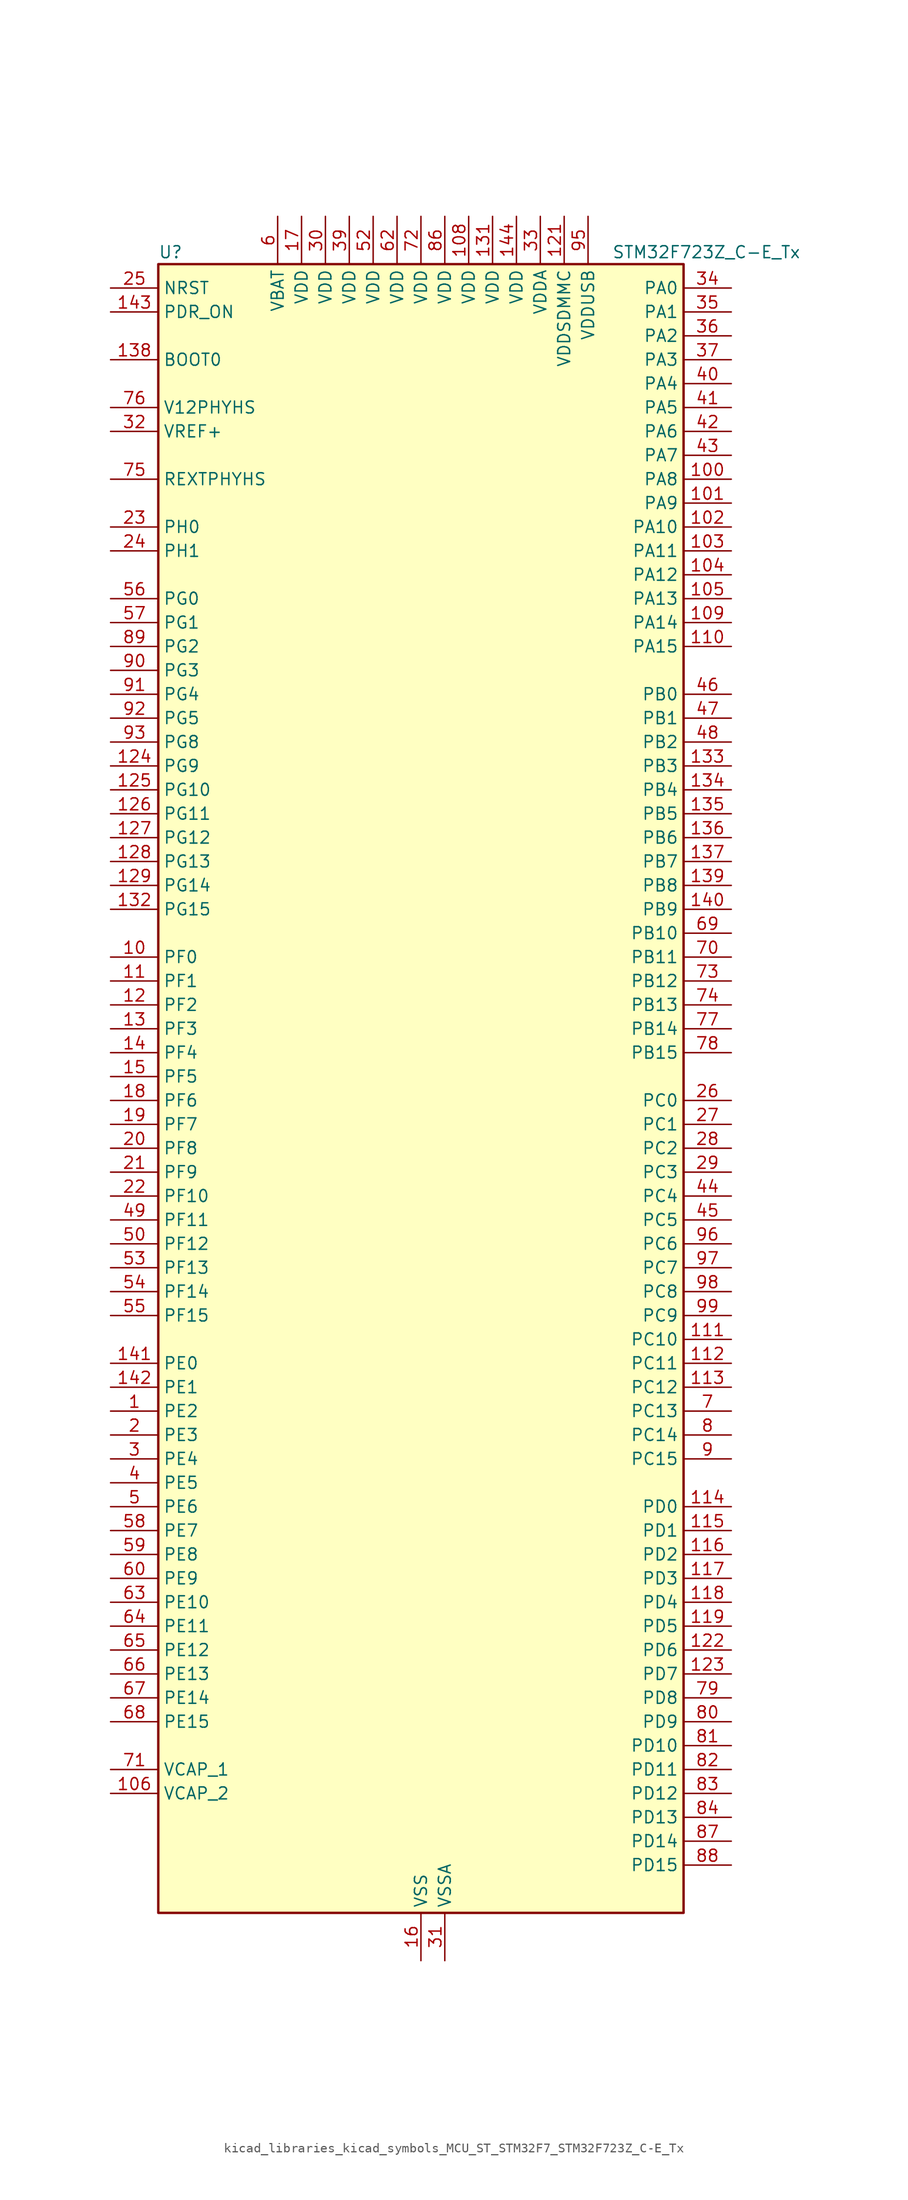
<source format=kicad_sym>
(kicad_symbol_lib
  (version 20220914)
  (generator kicad_symbol_editor)
  (symbol "kicad_libraries_kicad_symbols_MCU_ST_STM32F7_STM32F723Z_C-E_Tx"
    (property "Reference" "U"
      (at -27.94 90.17 0)
      (effects (font (size 1.27 1.27)) (justify left)))
    (property "Value" "STM32F723Z_C-E_Tx"
      (at 20.32 90.17 0)
      (effects (font (size 1.27 1.27)) (justify left)))
    (property "ki_locked" ""
      (at 0 0 0)
      (effects (font (size 1.27 1.27))))
    (symbol "kicad_libraries_kicad_symbols_MCU_ST_STM32F7_STM32F723Z_C-E_Tx_0_1"
      (rectangle (start -27.94 -86.36) (end 27.94 88.9) (stroke (width 0.254) (type default)) (fill (type background))))
    (symbol "kicad_libraries_kicad_symbols_MCU_ST_STM32F7_STM32F723Z_C-E_Tx_1_1"
      (pin bidirectional line (at -33.02 -33.02 0) (length 5.08) (name "PE2" (effects (font (size 1.27 1.27)))) (number "1" (effects (font (size 1.27 1.27)))) (alternate "FMC_A23" bidirectional line) (alternate "QUADSPI_BK1_IO2" bidirectional line) (alternate "SAI1_MCLK_A" bidirectional line) (alternate "SPI4_SCK" bidirectional line) (alternate "SYS_TRACECLK" bidirectional line))
      (pin bidirectional line (at -33.02 15.24 0) (length 5.08) (name "PF0" (effects (font (size 1.27 1.27)))) (number "10" (effects (font (size 1.27 1.27)))) (alternate "FMC_A0" bidirectional line) (alternate "I2C2_SDA" bidirectional line))
      (pin bidirectional line (at 33.02 66.04 180) (length 5.08) (name "PA8" (effects (font (size 1.27 1.27)))) (number "100" (effects (font (size 1.27 1.27)))) (alternate "I2C3_SCL" bidirectional line) (alternate "RCC_MCO_1" bidirectional line) (alternate "TIM1_CH1" bidirectional line) (alternate "TIM8_BKIN2" bidirectional line) (alternate "USART1_CK" bidirectional line) (alternate "USB_OTG_FS_SOF" bidirectional line))
      (pin bidirectional line (at 33.02 63.5 180) (length 5.08) (name "PA9" (effects (font (size 1.27 1.27)))) (number "101" (effects (font (size 1.27 1.27)))) (alternate "DAC_EXTI9" bidirectional line) (alternate "I2C3_SMBA" bidirectional line) (alternate "I2S2_CK" bidirectional line) (alternate "SPI2_SCK" bidirectional line) (alternate "TIM1_CH2" bidirectional line) (alternate "USART1_TX" bidirectional line) (alternate "USB_OTG_FS_VBUS" bidirectional line))
      (pin bidirectional line (at 33.02 60.96 180) (length 5.08) (name "PA10" (effects (font (size 1.27 1.27)))) (number "102" (effects (font (size 1.27 1.27)))) (alternate "TIM1_CH3" bidirectional line) (alternate "USART1_RX" bidirectional line) (alternate "USB_OTG_FS_ID" bidirectional line))
      (pin bidirectional line (at 33.02 58.42 180) (length 5.08) (name "PA11" (effects (font (size 1.27 1.27)))) (number "103" (effects (font (size 1.27 1.27)))) (alternate "ADC1_EXTI11" bidirectional line) (alternate "ADC2_EXTI11" bidirectional line) (alternate "ADC3_EXTI11" bidirectional line) (alternate "CAN1_RX" bidirectional line) (alternate "TIM1_CH4" bidirectional line) (alternate "USART1_CTS" bidirectional line) (alternate "USB_OTG_FS_DM" bidirectional line))
      (pin bidirectional line (at 33.02 55.88 180) (length 5.08) (name "PA12" (effects (font (size 1.27 1.27)))) (number "104" (effects (font (size 1.27 1.27)))) (alternate "CAN1_TX" bidirectional line) (alternate "SAI2_FS_B" bidirectional line) (alternate "TIM1_ETR" bidirectional line) (alternate "USART1_DE" bidirectional line) (alternate "USART1_RTS" bidirectional line) (alternate "USB_OTG_FS_DP" bidirectional line))
      (pin bidirectional line (at 33.02 53.34 180) (length 5.08) (name "PA13" (effects (font (size 1.27 1.27)))) (number "105" (effects (font (size 1.27 1.27)))) (alternate "SYS_JTMS-SWDIO" bidirectional line))
      (pin power_out line (at -33.02 -73.66 0) (length 5.08) (name "VCAP_2" (effects (font (size 1.27 1.27)))) (number "106" (effects (font (size 1.27 1.27)))))
      (pin passive line (at 0 -91.44 90) (length 5.08) hide (name "VSS" (effects (font (size 1.27 1.27)))) (number "107" (effects (font (size 1.27 1.27)))))
      (pin power_in line (at 5.08 93.98 270) (length 5.08) (name "VDD" (effects (font (size 1.27 1.27)))) (number "108" (effects (font (size 1.27 1.27)))))
      (pin bidirectional line (at 33.02 50.8 180) (length 5.08) (name "PA14" (effects (font (size 1.27 1.27)))) (number "109" (effects (font (size 1.27 1.27)))) (alternate "SYS_JTCK-SWCLK" bidirectional line))
      (pin bidirectional line (at -33.02 12.7 0) (length 5.08) (name "PF1" (effects (font (size 1.27 1.27)))) (number "11" (effects (font (size 1.27 1.27)))) (alternate "FMC_A1" bidirectional line) (alternate "I2C2_SCL" bidirectional line))
      (pin bidirectional line (at 33.02 48.26 180) (length 5.08) (name "PA15" (effects (font (size 1.27 1.27)))) (number "110" (effects (font (size 1.27 1.27)))) (alternate "I2S1_WS" bidirectional line) (alternate "I2S3_WS" bidirectional line) (alternate "SPI1_NSS" bidirectional line) (alternate "SPI3_NSS" bidirectional line) (alternate "SYS_JTDI" bidirectional line) (alternate "TIM2_CH1" bidirectional line) (alternate "TIM2_ETR" bidirectional line) (alternate "UART4_DE" bidirectional line) (alternate "UART4_RTS" bidirectional line))
      (pin bidirectional line (at 33.02 -25.4 180) (length 5.08) (name "PC10" (effects (font (size 1.27 1.27)))) (number "111" (effects (font (size 1.27 1.27)))) (alternate "I2S3_CK" bidirectional line) (alternate "QUADSPI_BK1_IO1" bidirectional line) (alternate "SDMMC1_D2" bidirectional line) (alternate "SPI3_SCK" bidirectional line) (alternate "UART4_TX" bidirectional line) (alternate "USART3_TX" bidirectional line))
      (pin bidirectional line (at 33.02 -27.94 180) (length 5.08) (name "PC11" (effects (font (size 1.27 1.27)))) (number "112" (effects (font (size 1.27 1.27)))) (alternate "ADC1_EXTI11" bidirectional line) (alternate "ADC2_EXTI11" bidirectional line) (alternate "ADC3_EXTI11" bidirectional line) (alternate "QUADSPI_BK2_NCS" bidirectional line) (alternate "SDMMC1_D3" bidirectional line) (alternate "SPI3_MISO" bidirectional line) (alternate "UART4_RX" bidirectional line) (alternate "USART3_RX" bidirectional line))
      (pin bidirectional line (at 33.02 -30.48 180) (length 5.08) (name "PC12" (effects (font (size 1.27 1.27)))) (number "113" (effects (font (size 1.27 1.27)))) (alternate "I2S3_SD" bidirectional line) (alternate "SDMMC1_CK" bidirectional line) (alternate "SPI3_MOSI" bidirectional line) (alternate "SYS_TRACED3" bidirectional line) (alternate "UART5_TX" bidirectional line) (alternate "USART3_CK" bidirectional line))
      (pin bidirectional line (at 33.02 -43.18 180) (length 5.08) (name "PD0" (effects (font (size 1.27 1.27)))) (number "114" (effects (font (size 1.27 1.27)))) (alternate "CAN1_RX" bidirectional line) (alternate "FMC_D2" bidirectional line) (alternate "FMC_DA2" bidirectional line))
      (pin bidirectional line (at 33.02 -45.72 180) (length 5.08) (name "PD1" (effects (font (size 1.27 1.27)))) (number "115" (effects (font (size 1.27 1.27)))) (alternate "CAN1_TX" bidirectional line) (alternate "FMC_D3" bidirectional line) (alternate "FMC_DA3" bidirectional line))
      (pin bidirectional line (at 33.02 -48.26 180) (length 5.08) (name "PD2" (effects (font (size 1.27 1.27)))) (number "116" (effects (font (size 1.27 1.27)))) (alternate "SDMMC1_CMD" bidirectional line) (alternate "SYS_TRACED2" bidirectional line) (alternate "TIM3_ETR" bidirectional line) (alternate "UART5_RX" bidirectional line))
      (pin bidirectional line (at 33.02 -50.8 180) (length 5.08) (name "PD3" (effects (font (size 1.27 1.27)))) (number "117" (effects (font (size 1.27 1.27)))) (alternate "FMC_CLK" bidirectional line) (alternate "I2S2_CK" bidirectional line) (alternate "SPI2_SCK" bidirectional line) (alternate "USART2_CTS" bidirectional line))
      (pin bidirectional line (at 33.02 -53.34 180) (length 5.08) (name "PD4" (effects (font (size 1.27 1.27)))) (number "118" (effects (font (size 1.27 1.27)))) (alternate "FMC_NOE" bidirectional line) (alternate "USART2_DE" bidirectional line) (alternate "USART2_RTS" bidirectional line))
      (pin bidirectional line (at 33.02 -55.88 180) (length 5.08) (name "PD5" (effects (font (size 1.27 1.27)))) (number "119" (effects (font (size 1.27 1.27)))) (alternate "FMC_NWE" bidirectional line) (alternate "USART2_TX" bidirectional line))
      (pin bidirectional line (at -33.02 10.16 0) (length 5.08) (name "PF2" (effects (font (size 1.27 1.27)))) (number "12" (effects (font (size 1.27 1.27)))) (alternate "FMC_A2" bidirectional line) (alternate "I2C2_SMBA" bidirectional line))
      (pin passive line (at 0 -91.44 90) (length 5.08) hide (name "VSS" (effects (font (size 1.27 1.27)))) (number "120" (effects (font (size 1.27 1.27)))))
      (pin power_in line (at 15.24 93.98 270) (length 5.08) (name "VDDSDMMC" (effects (font (size 1.27 1.27)))) (number "121" (effects (font (size 1.27 1.27)))))
      (pin bidirectional line (at 33.02 -58.42 180) (length 5.08) (name "PD6" (effects (font (size 1.27 1.27)))) (number "122" (effects (font (size 1.27 1.27)))) (alternate "FMC_NWAIT" bidirectional line) (alternate "I2S3_SD" bidirectional line) (alternate "SAI1_SD_A" bidirectional line) (alternate "SDMMC2_CK" bidirectional line) (alternate "SPI3_MOSI" bidirectional line) (alternate "USART2_RX" bidirectional line))
      (pin bidirectional line (at 33.02 -60.96 180) (length 5.08) (name "PD7" (effects (font (size 1.27 1.27)))) (number "123" (effects (font (size 1.27 1.27)))) (alternate "FMC_NE1" bidirectional line) (alternate "SDMMC2_CMD" bidirectional line) (alternate "USART2_CK" bidirectional line))
      (pin bidirectional line (at -33.02 35.56 0) (length 5.08) (name "PG9" (effects (font (size 1.27 1.27)))) (number "124" (effects (font (size 1.27 1.27)))) (alternate "DAC_EXTI9" bidirectional line) (alternate "FMC_NCE" bidirectional line) (alternate "FMC_NE2" bidirectional line) (alternate "QUADSPI_BK2_IO2" bidirectional line) (alternate "SAI2_FS_B" bidirectional line) (alternate "SDMMC2_D0" bidirectional line) (alternate "USART6_RX" bidirectional line))
      (pin bidirectional line (at -33.02 33.02 0) (length 5.08) (name "PG10" (effects (font (size 1.27 1.27)))) (number "125" (effects (font (size 1.27 1.27)))) (alternate "FMC_NE3" bidirectional line) (alternate "SAI2_SD_B" bidirectional line) (alternate "SDMMC2_D1" bidirectional line))
      (pin bidirectional line (at -33.02 30.48 0) (length 5.08) (name "PG11" (effects (font (size 1.27 1.27)))) (number "126" (effects (font (size 1.27 1.27)))) (alternate "ADC1_EXTI11" bidirectional line) (alternate "ADC2_EXTI11" bidirectional line) (alternate "ADC3_EXTI11" bidirectional line) (alternate "FMC_INT" bidirectional line) (alternate "SDMMC2_D2" bidirectional line))
      (pin bidirectional line (at -33.02 27.94 0) (length 5.08) (name "PG12" (effects (font (size 1.27 1.27)))) (number "127" (effects (font (size 1.27 1.27)))) (alternate "FMC_NE4" bidirectional line) (alternate "LPTIM1_IN1" bidirectional line) (alternate "SDMMC2_D3" bidirectional line) (alternate "USART6_DE" bidirectional line) (alternate "USART6_RTS" bidirectional line))
      (pin bidirectional line (at -33.02 25.4 0) (length 5.08) (name "PG13" (effects (font (size 1.27 1.27)))) (number "128" (effects (font (size 1.27 1.27)))) (alternate "FMC_A24" bidirectional line) (alternate "LPTIM1_OUT" bidirectional line) (alternate "SYS_TRACED0" bidirectional line) (alternate "USART6_CTS" bidirectional line))
      (pin bidirectional line (at -33.02 22.86 0) (length 5.08) (name "PG14" (effects (font (size 1.27 1.27)))) (number "129" (effects (font (size 1.27 1.27)))) (alternate "FMC_A25" bidirectional line) (alternate "LPTIM1_ETR" bidirectional line) (alternate "QUADSPI_BK2_IO3" bidirectional line) (alternate "SYS_TRACED1" bidirectional line) (alternate "USART6_TX" bidirectional line))
      (pin bidirectional line (at -33.02 7.62 0) (length 5.08) (name "PF3" (effects (font (size 1.27 1.27)))) (number "13" (effects (font (size 1.27 1.27)))) (alternate "ADC3_IN9" bidirectional line) (alternate "FMC_A3" bidirectional line))
      (pin passive line (at 0 -91.44 90) (length 5.08) hide (name "VSS" (effects (font (size 1.27 1.27)))) (number "130" (effects (font (size 1.27 1.27)))))
      (pin power_in line (at 7.62 93.98 270) (length 5.08) (name "VDD" (effects (font (size 1.27 1.27)))) (number "131" (effects (font (size 1.27 1.27)))))
      (pin bidirectional line (at -33.02 20.32 0) (length 5.08) (name "PG15" (effects (font (size 1.27 1.27)))) (number "132" (effects (font (size 1.27 1.27)))) (alternate "FMC_SDNCAS" bidirectional line) (alternate "USART6_CTS" bidirectional line))
      (pin bidirectional line (at 33.02 35.56 180) (length 5.08) (name "PB3" (effects (font (size 1.27 1.27)))) (number "133" (effects (font (size 1.27 1.27)))) (alternate "I2S1_CK" bidirectional line) (alternate "I2S3_CK" bidirectional line) (alternate "SDMMC2_D2" bidirectional line) (alternate "SPI1_SCK" bidirectional line) (alternate "SPI3_SCK" bidirectional line) (alternate "SYS_JTDO-SWO" bidirectional line) (alternate "TIM2_CH2" bidirectional line))
      (pin bidirectional line (at 33.02 33.02 180) (length 5.08) (name "PB4" (effects (font (size 1.27 1.27)))) (number "134" (effects (font (size 1.27 1.27)))) (alternate "I2S2_WS" bidirectional line) (alternate "SDMMC2_D3" bidirectional line) (alternate "SPI1_MISO" bidirectional line) (alternate "SPI2_NSS" bidirectional line) (alternate "SPI3_MISO" bidirectional line) (alternate "SYS_JTRST" bidirectional line) (alternate "TIM3_CH1" bidirectional line))
      (pin bidirectional line (at 33.02 30.48 180) (length 5.08) (name "PB5" (effects (font (size 1.27 1.27)))) (number "135" (effects (font (size 1.27 1.27)))) (alternate "FMC_SDCKE1" bidirectional line) (alternate "I2C1_SMBA" bidirectional line) (alternate "I2S1_SD" bidirectional line) (alternate "I2S3_SD" bidirectional line) (alternate "SPI1_MOSI" bidirectional line) (alternate "SPI3_MOSI" bidirectional line) (alternate "TIM3_CH2" bidirectional line))
      (pin bidirectional line (at 33.02 27.94 180) (length 5.08) (name "PB6" (effects (font (size 1.27 1.27)))) (number "136" (effects (font (size 1.27 1.27)))) (alternate "FMC_SDNE1" bidirectional line) (alternate "I2C1_SCL" bidirectional line) (alternate "QUADSPI_BK1_NCS" bidirectional line) (alternate "TIM4_CH1" bidirectional line) (alternate "USART1_TX" bidirectional line))
      (pin bidirectional line (at 33.02 25.4 180) (length 5.08) (name "PB7" (effects (font (size 1.27 1.27)))) (number "137" (effects (font (size 1.27 1.27)))) (alternate "FMC_NL" bidirectional line) (alternate "I2C1_SDA" bidirectional line) (alternate "TIM4_CH2" bidirectional line) (alternate "USART1_RX" bidirectional line))
      (pin input line (at -33.02 78.74 0) (length 5.08) (name "BOOT0" (effects (font (size 1.27 1.27)))) (number "138" (effects (font (size 1.27 1.27)))))
      (pin bidirectional line (at 33.02 22.86 180) (length 5.08) (name "PB8" (effects (font (size 1.27 1.27)))) (number "139" (effects (font (size 1.27 1.27)))) (alternate "CAN1_RX" bidirectional line) (alternate "I2C1_SCL" bidirectional line) (alternate "SDMMC1_D4" bidirectional line) (alternate "SDMMC2_D4" bidirectional line) (alternate "TIM10_CH1" bidirectional line) (alternate "TIM4_CH3" bidirectional line))
      (pin bidirectional line (at -33.02 5.08 0) (length 5.08) (name "PF4" (effects (font (size 1.27 1.27)))) (number "14" (effects (font (size 1.27 1.27)))) (alternate "ADC3_IN14" bidirectional line) (alternate "FMC_A4" bidirectional line))
      (pin bidirectional line (at 33.02 20.32 180) (length 5.08) (name "PB9" (effects (font (size 1.27 1.27)))) (number "140" (effects (font (size 1.27 1.27)))) (alternate "CAN1_TX" bidirectional line) (alternate "DAC_EXTI9" bidirectional line) (alternate "I2C1_SDA" bidirectional line) (alternate "I2S2_WS" bidirectional line) (alternate "SDMMC1_D5" bidirectional line) (alternate "SDMMC2_D5" bidirectional line) (alternate "SPI2_NSS" bidirectional line) (alternate "TIM11_CH1" bidirectional line) (alternate "TIM4_CH4" bidirectional line))
      (pin bidirectional line (at -33.02 -27.94 0) (length 5.08) (name "PE0" (effects (font (size 1.27 1.27)))) (number "141" (effects (font (size 1.27 1.27)))) (alternate "FMC_NBL0" bidirectional line) (alternate "LPTIM1_ETR" bidirectional line) (alternate "SAI2_MCLK_A" bidirectional line) (alternate "TIM4_ETR" bidirectional line) (alternate "UART8_RX" bidirectional line))
      (pin bidirectional line (at -33.02 -30.48 0) (length 5.08) (name "PE1" (effects (font (size 1.27 1.27)))) (number "142" (effects (font (size 1.27 1.27)))) (alternate "FMC_NBL1" bidirectional line) (alternate "LPTIM1_IN2" bidirectional line) (alternate "UART8_TX" bidirectional line))
      (pin input line (at -33.02 83.82 0) (length 5.08) (name "PDR_ON" (effects (font (size 1.27 1.27)))) (number "143" (effects (font (size 1.27 1.27)))))
      (pin power_in line (at 10.16 93.98 270) (length 5.08) (name "VDD" (effects (font (size 1.27 1.27)))) (number "144" (effects (font (size 1.27 1.27)))))
      (pin bidirectional line (at -33.02 2.54 0) (length 5.08) (name "PF5" (effects (font (size 1.27 1.27)))) (number "15" (effects (font (size 1.27 1.27)))) (alternate "ADC3_IN15" bidirectional line) (alternate "FMC_A5" bidirectional line))
      (pin power_in line (at 0 -91.44 90) (length 5.08) (name "VSS" (effects (font (size 1.27 1.27)))) (number "16" (effects (font (size 1.27 1.27)))))
      (pin power_in line (at -12.7 93.98 270) (length 5.08) (name "VDD" (effects (font (size 1.27 1.27)))) (number "17" (effects (font (size 1.27 1.27)))))
      (pin bidirectional line (at -33.02 0 0) (length 5.08) (name "PF6" (effects (font (size 1.27 1.27)))) (number "18" (effects (font (size 1.27 1.27)))) (alternate "ADC3_IN4" bidirectional line) (alternate "QUADSPI_BK1_IO3" bidirectional line) (alternate "SAI1_SD_B" bidirectional line) (alternate "SPI5_NSS" bidirectional line) (alternate "TIM10_CH1" bidirectional line) (alternate "UART7_RX" bidirectional line))
      (pin bidirectional line (at -33.02 -2.54 0) (length 5.08) (name "PF7" (effects (font (size 1.27 1.27)))) (number "19" (effects (font (size 1.27 1.27)))) (alternate "ADC3_IN5" bidirectional line) (alternate "QUADSPI_BK1_IO2" bidirectional line) (alternate "SAI1_MCLK_B" bidirectional line) (alternate "SPI5_SCK" bidirectional line) (alternate "TIM11_CH1" bidirectional line) (alternate "UART7_TX" bidirectional line))
      (pin bidirectional line (at -33.02 -35.56 0) (length 5.08) (name "PE3" (effects (font (size 1.27 1.27)))) (number "2" (effects (font (size 1.27 1.27)))) (alternate "FMC_A19" bidirectional line) (alternate "SAI1_SD_B" bidirectional line) (alternate "SYS_TRACED0" bidirectional line))
      (pin bidirectional line (at -33.02 -5.08 0) (length 5.08) (name "PF8" (effects (font (size 1.27 1.27)))) (number "20" (effects (font (size 1.27 1.27)))) (alternate "ADC3_IN6" bidirectional line) (alternate "QUADSPI_BK1_IO0" bidirectional line) (alternate "SAI1_SCK_B" bidirectional line) (alternate "SPI5_MISO" bidirectional line) (alternate "TIM13_CH1" bidirectional line) (alternate "UART7_DE" bidirectional line) (alternate "UART7_RTS" bidirectional line))
      (pin bidirectional line (at -33.02 -7.62 0) (length 5.08) (name "PF9" (effects (font (size 1.27 1.27)))) (number "21" (effects (font (size 1.27 1.27)))) (alternate "ADC3_IN7" bidirectional line) (alternate "DAC_EXTI9" bidirectional line) (alternate "QUADSPI_BK1_IO1" bidirectional line) (alternate "SAI1_FS_B" bidirectional line) (alternate "SPI5_MOSI" bidirectional line) (alternate "TIM14_CH1" bidirectional line) (alternate "UART7_CTS" bidirectional line))
      (pin bidirectional line (at -33.02 -10.16 0) (length 5.08) (name "PF10" (effects (font (size 1.27 1.27)))) (number "22" (effects (font (size 1.27 1.27)))) (alternate "ADC3_IN8" bidirectional line))
      (pin bidirectional line (at -33.02 60.96 0) (length 5.08) (name "PH0" (effects (font (size 1.27 1.27)))) (number "23" (effects (font (size 1.27 1.27)))) (alternate "RCC_OSC_IN" bidirectional line))
      (pin bidirectional line (at -33.02 58.42 0) (length 5.08) (name "PH1" (effects (font (size 1.27 1.27)))) (number "24" (effects (font (size 1.27 1.27)))) (alternate "RCC_OSC_OUT" bidirectional line))
      (pin input line (at -33.02 86.36 0) (length 5.08) (name "NRST" (effects (font (size 1.27 1.27)))) (number "25" (effects (font (size 1.27 1.27)))))
      (pin bidirectional line (at 33.02 0 180) (length 5.08) (name "PC0" (effects (font (size 1.27 1.27)))) (number "26" (effects (font (size 1.27 1.27)))) (alternate "ADC1_IN10" bidirectional line) (alternate "ADC2_IN10" bidirectional line) (alternate "ADC3_IN10" bidirectional line) (alternate "FMC_SDNWE" bidirectional line) (alternate "SAI2_FS_B" bidirectional line))
      (pin bidirectional line (at 33.02 -2.54 180) (length 5.08) (name "PC1" (effects (font (size 1.27 1.27)))) (number "27" (effects (font (size 1.27 1.27)))) (alternate "ADC1_IN11" bidirectional line) (alternate "ADC2_IN11" bidirectional line) (alternate "ADC3_IN11" bidirectional line) (alternate "I2S2_SD" bidirectional line) (alternate "RTC_TAMP3" bidirectional line) (alternate "RTC_TS" bidirectional line) (alternate "SAI1_SD_A" bidirectional line) (alternate "SPI2_MOSI" bidirectional line) (alternate "SYS_TRACED0" bidirectional line) (alternate "SYS_WKUP3" bidirectional line))
      (pin bidirectional line (at 33.02 -5.08 180) (length 5.08) (name "PC2" (effects (font (size 1.27 1.27)))) (number "28" (effects (font (size 1.27 1.27)))) (alternate "ADC1_IN12" bidirectional line) (alternate "ADC2_IN12" bidirectional line) (alternate "ADC3_IN12" bidirectional line) (alternate "FMC_SDNE0" bidirectional line) (alternate "SPI2_MISO" bidirectional line))
      (pin bidirectional line (at 33.02 -7.62 180) (length 5.08) (name "PC3" (effects (font (size 1.27 1.27)))) (number "29" (effects (font (size 1.27 1.27)))) (alternate "ADC1_IN13" bidirectional line) (alternate "ADC2_IN13" bidirectional line) (alternate "ADC3_IN13" bidirectional line) (alternate "FMC_SDCKE0" bidirectional line) (alternate "I2S2_SD" bidirectional line) (alternate "SPI2_MOSI" bidirectional line))
      (pin bidirectional line (at -33.02 -38.1 0) (length 5.08) (name "PE4" (effects (font (size 1.27 1.27)))) (number "3" (effects (font (size 1.27 1.27)))) (alternate "FMC_A20" bidirectional line) (alternate "SAI1_FS_A" bidirectional line) (alternate "SPI4_NSS" bidirectional line) (alternate "SYS_TRACED1" bidirectional line))
      (pin power_in line (at -10.16 93.98 270) (length 5.08) (name "VDD" (effects (font (size 1.27 1.27)))) (number "30" (effects (font (size 1.27 1.27)))))
      (pin power_in line (at 2.54 -91.44 90) (length 5.08) (name "VSSA" (effects (font (size 1.27 1.27)))) (number "31" (effects (font (size 1.27 1.27)))))
      (pin input line (at -33.02 71.12 0) (length 5.08) (name "VREF+" (effects (font (size 1.27 1.27)))) (number "32" (effects (font (size 1.27 1.27)))))
      (pin power_in line (at 12.7 93.98 270) (length 5.08) (name "VDDA" (effects (font (size 1.27 1.27)))) (number "33" (effects (font (size 1.27 1.27)))))
      (pin bidirectional line (at 33.02 86.36 180) (length 5.08) (name "PA0" (effects (font (size 1.27 1.27)))) (number "34" (effects (font (size 1.27 1.27)))) (alternate "ADC1_IN0" bidirectional line) (alternate "ADC2_IN0" bidirectional line) (alternate "ADC3_IN0" bidirectional line) (alternate "SAI2_SD_B" bidirectional line) (alternate "SYS_WKUP1" bidirectional line) (alternate "TIM2_CH1" bidirectional line) (alternate "TIM2_ETR" bidirectional line) (alternate "TIM5_CH1" bidirectional line) (alternate "TIM8_ETR" bidirectional line) (alternate "UART4_TX" bidirectional line) (alternate "USART2_CTS" bidirectional line))
      (pin bidirectional line (at 33.02 83.82 180) (length 5.08) (name "PA1" (effects (font (size 1.27 1.27)))) (number "35" (effects (font (size 1.27 1.27)))) (alternate "ADC1_IN1" bidirectional line) (alternate "ADC2_IN1" bidirectional line) (alternate "ADC3_IN1" bidirectional line) (alternate "QUADSPI_BK1_IO3" bidirectional line) (alternate "SAI2_MCLK_B" bidirectional line) (alternate "TIM2_CH2" bidirectional line) (alternate "TIM5_CH2" bidirectional line) (alternate "UART4_RX" bidirectional line) (alternate "USART2_DE" bidirectional line) (alternate "USART2_RTS" bidirectional line))
      (pin bidirectional line (at 33.02 81.28 180) (length 5.08) (name "PA2" (effects (font (size 1.27 1.27)))) (number "36" (effects (font (size 1.27 1.27)))) (alternate "ADC1_IN2" bidirectional line) (alternate "ADC2_IN2" bidirectional line) (alternate "ADC3_IN2" bidirectional line) (alternate "SAI2_SCK_B" bidirectional line) (alternate "SYS_WKUP2" bidirectional line) (alternate "TIM2_CH3" bidirectional line) (alternate "TIM5_CH3" bidirectional line) (alternate "TIM9_CH1" bidirectional line) (alternate "USART2_TX" bidirectional line))
      (pin bidirectional line (at 33.02 78.74 180) (length 5.08) (name "PA3" (effects (font (size 1.27 1.27)))) (number "37" (effects (font (size 1.27 1.27)))) (alternate "ADC1_IN3" bidirectional line) (alternate "ADC2_IN3" bidirectional line) (alternate "ADC3_IN3" bidirectional line) (alternate "TIM2_CH4" bidirectional line) (alternate "TIM5_CH4" bidirectional line) (alternate "TIM9_CH2" bidirectional line) (alternate "USART2_RX" bidirectional line))
      (pin passive line (at 0 -91.44 90) (length 5.08) hide (name "VSS" (effects (font (size 1.27 1.27)))) (number "38" (effects (font (size 1.27 1.27)))))
      (pin power_in line (at -7.62 93.98 270) (length 5.08) (name "VDD" (effects (font (size 1.27 1.27)))) (number "39" (effects (font (size 1.27 1.27)))))
      (pin bidirectional line (at -33.02 -40.64 0) (length 5.08) (name "PE5" (effects (font (size 1.27 1.27)))) (number "4" (effects (font (size 1.27 1.27)))) (alternate "FMC_A21" bidirectional line) (alternate "SAI1_SCK_A" bidirectional line) (alternate "SPI4_MISO" bidirectional line) (alternate "SYS_TRACED2" bidirectional line) (alternate "TIM9_CH1" bidirectional line))
      (pin bidirectional line (at 33.02 76.2 180) (length 5.08) (name "PA4" (effects (font (size 1.27 1.27)))) (number "40" (effects (font (size 1.27 1.27)))) (alternate "ADC1_IN4" bidirectional line) (alternate "ADC2_IN4" bidirectional line) (alternate "DAC_OUT1" bidirectional line) (alternate "I2S1_WS" bidirectional line) (alternate "I2S3_WS" bidirectional line) (alternate "SPI1_NSS" bidirectional line) (alternate "SPI3_NSS" bidirectional line) (alternate "USART2_CK" bidirectional line) (alternate "USB_OTG_HS_SOF" bidirectional line))
      (pin bidirectional line (at 33.02 73.66 180) (length 5.08) (name "PA5" (effects (font (size 1.27 1.27)))) (number "41" (effects (font (size 1.27 1.27)))) (alternate "ADC1_IN5" bidirectional line) (alternate "ADC2_IN5" bidirectional line) (alternate "DAC_OUT2" bidirectional line) (alternate "I2S1_CK" bidirectional line) (alternate "SPI1_SCK" bidirectional line) (alternate "TIM2_CH1" bidirectional line) (alternate "TIM2_ETR" bidirectional line) (alternate "TIM8_CH1N" bidirectional line))
      (pin bidirectional line (at 33.02 71.12 180) (length 5.08) (name "PA6" (effects (font (size 1.27 1.27)))) (number "42" (effects (font (size 1.27 1.27)))) (alternate "ADC1_IN6" bidirectional line) (alternate "ADC2_IN6" bidirectional line) (alternate "SPI1_MISO" bidirectional line) (alternate "TIM13_CH1" bidirectional line) (alternate "TIM1_BKIN" bidirectional line) (alternate "TIM3_CH1" bidirectional line) (alternate "TIM8_BKIN" bidirectional line))
      (pin bidirectional line (at 33.02 68.58 180) (length 5.08) (name "PA7" (effects (font (size 1.27 1.27)))) (number "43" (effects (font (size 1.27 1.27)))) (alternate "ADC1_IN7" bidirectional line) (alternate "ADC2_IN7" bidirectional line) (alternate "FMC_SDNWE" bidirectional line) (alternate "I2S1_SD" bidirectional line) (alternate "SPI1_MOSI" bidirectional line) (alternate "TIM14_CH1" bidirectional line) (alternate "TIM1_CH1N" bidirectional line) (alternate "TIM3_CH2" bidirectional line) (alternate "TIM8_CH1N" bidirectional line))
      (pin bidirectional line (at 33.02 -10.16 180) (length 5.08) (name "PC4" (effects (font (size 1.27 1.27)))) (number "44" (effects (font (size 1.27 1.27)))) (alternate "ADC1_IN14" bidirectional line) (alternate "ADC2_IN14" bidirectional line) (alternate "FMC_SDNE0" bidirectional line) (alternate "I2S1_MCK" bidirectional line))
      (pin bidirectional line (at 33.02 -12.7 180) (length 5.08) (name "PC5" (effects (font (size 1.27 1.27)))) (number "45" (effects (font (size 1.27 1.27)))) (alternate "ADC1_IN15" bidirectional line) (alternate "ADC2_IN15" bidirectional line) (alternate "FMC_SDCKE0" bidirectional line))
      (pin bidirectional line (at 33.02 43.18 180) (length 5.08) (name "PB0" (effects (font (size 1.27 1.27)))) (number "46" (effects (font (size 1.27 1.27)))) (alternate "ADC1_IN8" bidirectional line) (alternate "ADC2_IN8" bidirectional line) (alternate "TIM1_CH2N" bidirectional line) (alternate "TIM3_CH3" bidirectional line) (alternate "TIM8_CH2N" bidirectional line) (alternate "UART4_CTS" bidirectional line))
      (pin bidirectional line (at 33.02 40.64 180) (length 5.08) (name "PB1" (effects (font (size 1.27 1.27)))) (number "47" (effects (font (size 1.27 1.27)))) (alternate "ADC1_IN9" bidirectional line) (alternate "ADC2_IN9" bidirectional line) (alternate "TIM1_CH3N" bidirectional line) (alternate "TIM3_CH4" bidirectional line) (alternate "TIM8_CH3N" bidirectional line))
      (pin bidirectional line (at 33.02 38.1 180) (length 5.08) (name "PB2" (effects (font (size 1.27 1.27)))) (number "48" (effects (font (size 1.27 1.27)))) (alternate "I2S3_SD" bidirectional line) (alternate "QUADSPI_CLK" bidirectional line) (alternate "SAI1_SD_A" bidirectional line) (alternate "SPI3_MOSI" bidirectional line))
      (pin bidirectional line (at -33.02 -12.7 0) (length 5.08) (name "PF11" (effects (font (size 1.27 1.27)))) (number "49" (effects (font (size 1.27 1.27)))) (alternate "ADC1_EXTI11" bidirectional line) (alternate "ADC2_EXTI11" bidirectional line) (alternate "ADC3_EXTI11" bidirectional line) (alternate "FMC_SDNRAS" bidirectional line) (alternate "SAI2_SD_B" bidirectional line) (alternate "SPI5_MOSI" bidirectional line))
      (pin bidirectional line (at -33.02 -43.18 0) (length 5.08) (name "PE6" (effects (font (size 1.27 1.27)))) (number "5" (effects (font (size 1.27 1.27)))) (alternate "FMC_A22" bidirectional line) (alternate "SAI1_SD_A" bidirectional line) (alternate "SAI2_MCLK_B" bidirectional line) (alternate "SPI4_MOSI" bidirectional line) (alternate "SYS_TRACED3" bidirectional line) (alternate "TIM1_BKIN2" bidirectional line) (alternate "TIM9_CH2" bidirectional line))
      (pin bidirectional line (at -33.02 -15.24 0) (length 5.08) (name "PF12" (effects (font (size 1.27 1.27)))) (number "50" (effects (font (size 1.27 1.27)))) (alternate "FMC_A6" bidirectional line))
      (pin passive line (at 0 -91.44 90) (length 5.08) hide (name "VSS" (effects (font (size 1.27 1.27)))) (number "51" (effects (font (size 1.27 1.27)))))
      (pin power_in line (at -5.08 93.98 270) (length 5.08) (name "VDD" (effects (font (size 1.27 1.27)))) (number "52" (effects (font (size 1.27 1.27)))))
      (pin bidirectional line (at -33.02 -17.78 0) (length 5.08) (name "PF13" (effects (font (size 1.27 1.27)))) (number "53" (effects (font (size 1.27 1.27)))) (alternate "FMC_A7" bidirectional line))
      (pin bidirectional line (at -33.02 -20.32 0) (length 5.08) (name "PF14" (effects (font (size 1.27 1.27)))) (number "54" (effects (font (size 1.27 1.27)))) (alternate "FMC_A8" bidirectional line))
      (pin bidirectional line (at -33.02 -22.86 0) (length 5.08) (name "PF15" (effects (font (size 1.27 1.27)))) (number "55" (effects (font (size 1.27 1.27)))) (alternate "FMC_A9" bidirectional line))
      (pin bidirectional line (at -33.02 53.34 0) (length 5.08) (name "PG0" (effects (font (size 1.27 1.27)))) (number "56" (effects (font (size 1.27 1.27)))) (alternate "FMC_A10" bidirectional line))
      (pin bidirectional line (at -33.02 50.8 0) (length 5.08) (name "PG1" (effects (font (size 1.27 1.27)))) (number "57" (effects (font (size 1.27 1.27)))) (alternate "FMC_A11" bidirectional line))
      (pin bidirectional line (at -33.02 -45.72 0) (length 5.08) (name "PE7" (effects (font (size 1.27 1.27)))) (number "58" (effects (font (size 1.27 1.27)))) (alternate "FMC_D4" bidirectional line) (alternate "FMC_DA4" bidirectional line) (alternate "QUADSPI_BK2_IO0" bidirectional line) (alternate "TIM1_ETR" bidirectional line) (alternate "UART7_RX" bidirectional line))
      (pin bidirectional line (at -33.02 -48.26 0) (length 5.08) (name "PE8" (effects (font (size 1.27 1.27)))) (number "59" (effects (font (size 1.27 1.27)))) (alternate "FMC_D5" bidirectional line) (alternate "FMC_DA5" bidirectional line) (alternate "QUADSPI_BK2_IO1" bidirectional line) (alternate "TIM1_CH1N" bidirectional line) (alternate "UART7_TX" bidirectional line))
      (pin power_in line (at -15.24 93.98 270) (length 5.08) (name "VBAT" (effects (font (size 1.27 1.27)))) (number "6" (effects (font (size 1.27 1.27)))))
      (pin bidirectional line (at -33.02 -50.8 0) (length 5.08) (name "PE9" (effects (font (size 1.27 1.27)))) (number "60" (effects (font (size 1.27 1.27)))) (alternate "DAC_EXTI9" bidirectional line) (alternate "FMC_D6" bidirectional line) (alternate "FMC_DA6" bidirectional line) (alternate "QUADSPI_BK2_IO2" bidirectional line) (alternate "TIM1_CH1" bidirectional line) (alternate "UART7_DE" bidirectional line) (alternate "UART7_RTS" bidirectional line))
      (pin passive line (at 0 -91.44 90) (length 5.08) hide (name "VSS" (effects (font (size 1.27 1.27)))) (number "61" (effects (font (size 1.27 1.27)))))
      (pin power_in line (at -2.54 93.98 270) (length 5.08) (name "VDD" (effects (font (size 1.27 1.27)))) (number "62" (effects (font (size 1.27 1.27)))))
      (pin bidirectional line (at -33.02 -53.34 0) (length 5.08) (name "PE10" (effects (font (size 1.27 1.27)))) (number "63" (effects (font (size 1.27 1.27)))) (alternate "FMC_D7" bidirectional line) (alternate "FMC_DA7" bidirectional line) (alternate "QUADSPI_BK2_IO3" bidirectional line) (alternate "TIM1_CH2N" bidirectional line) (alternate "UART7_CTS" bidirectional line))
      (pin bidirectional line (at -33.02 -55.88 0) (length 5.08) (name "PE11" (effects (font (size 1.27 1.27)))) (number "64" (effects (font (size 1.27 1.27)))) (alternate "ADC1_EXTI11" bidirectional line) (alternate "ADC2_EXTI11" bidirectional line) (alternate "ADC3_EXTI11" bidirectional line) (alternate "FMC_D8" bidirectional line) (alternate "FMC_DA8" bidirectional line) (alternate "SAI2_SD_B" bidirectional line) (alternate "SPI4_NSS" bidirectional line) (alternate "TIM1_CH2" bidirectional line))
      (pin bidirectional line (at -33.02 -58.42 0) (length 5.08) (name "PE12" (effects (font (size 1.27 1.27)))) (number "65" (effects (font (size 1.27 1.27)))) (alternate "FMC_D9" bidirectional line) (alternate "FMC_DA9" bidirectional line) (alternate "SAI2_SCK_B" bidirectional line) (alternate "SPI4_SCK" bidirectional line) (alternate "TIM1_CH3N" bidirectional line))
      (pin bidirectional line (at -33.02 -60.96 0) (length 5.08) (name "PE13" (effects (font (size 1.27 1.27)))) (number "66" (effects (font (size 1.27 1.27)))) (alternate "FMC_D10" bidirectional line) (alternate "FMC_DA10" bidirectional line) (alternate "SAI2_FS_B" bidirectional line) (alternate "SPI4_MISO" bidirectional line) (alternate "TIM1_CH3" bidirectional line))
      (pin bidirectional line (at -33.02 -63.5 0) (length 5.08) (name "PE14" (effects (font (size 1.27 1.27)))) (number "67" (effects (font (size 1.27 1.27)))) (alternate "FMC_D11" bidirectional line) (alternate "FMC_DA11" bidirectional line) (alternate "SAI2_MCLK_B" bidirectional line) (alternate "SPI4_MOSI" bidirectional line) (alternate "TIM1_CH4" bidirectional line))
      (pin bidirectional line (at -33.02 -66.04 0) (length 5.08) (name "PE15" (effects (font (size 1.27 1.27)))) (number "68" (effects (font (size 1.27 1.27)))) (alternate "FMC_D12" bidirectional line) (alternate "FMC_DA12" bidirectional line) (alternate "TIM1_BKIN" bidirectional line))
      (pin bidirectional line (at 33.02 17.78 180) (length 5.08) (name "PB10" (effects (font (size 1.27 1.27)))) (number "69" (effects (font (size 1.27 1.27)))) (alternate "I2C2_SCL" bidirectional line) (alternate "I2S2_CK" bidirectional line) (alternate "SPI2_SCK" bidirectional line) (alternate "TIM2_CH3" bidirectional line) (alternate "USART3_TX" bidirectional line))
      (pin bidirectional line (at 33.02 -33.02 180) (length 5.08) (name "PC13" (effects (font (size 1.27 1.27)))) (number "7" (effects (font (size 1.27 1.27)))) (alternate "RTC_OUT" bidirectional line) (alternate "RTC_TAMP1" bidirectional line) (alternate "RTC_TS" bidirectional line) (alternate "SYS_WKUP4" bidirectional line))
      (pin bidirectional line (at 33.02 15.24 180) (length 5.08) (name "PB11" (effects (font (size 1.27 1.27)))) (number "70" (effects (font (size 1.27 1.27)))) (alternate "ADC1_EXTI11" bidirectional line) (alternate "ADC2_EXTI11" bidirectional line) (alternate "ADC3_EXTI11" bidirectional line) (alternate "I2C2_SDA" bidirectional line) (alternate "TIM2_CH4" bidirectional line) (alternate "USART3_RX" bidirectional line))
      (pin power_out line (at -33.02 -71.12 0) (length 5.08) (name "VCAP_1" (effects (font (size 1.27 1.27)))) (number "71" (effects (font (size 1.27 1.27)))))
      (pin power_in line (at 0 93.98 270) (length 5.08) (name "VDD" (effects (font (size 1.27 1.27)))) (number "72" (effects (font (size 1.27 1.27)))))
      (pin bidirectional line (at 33.02 12.7 180) (length 5.08) (name "PB12" (effects (font (size 1.27 1.27)))) (number "73" (effects (font (size 1.27 1.27)))) (alternate "I2C2_SMBA" bidirectional line) (alternate "I2S2_WS" bidirectional line) (alternate "SPI2_NSS" bidirectional line) (alternate "TIM1_BKIN" bidirectional line) (alternate "USART3_CK" bidirectional line) (alternate "USB_OTG_HS_ID" bidirectional line))
      (pin bidirectional line (at 33.02 10.16 180) (length 5.08) (name "PB13" (effects (font (size 1.27 1.27)))) (number "74" (effects (font (size 1.27 1.27)))) (alternate "I2S2_CK" bidirectional line) (alternate "SPI2_SCK" bidirectional line) (alternate "TIM1_CH1N" bidirectional line) (alternate "USART3_CTS" bidirectional line) (alternate "USB_OTG_HS_VBUS" bidirectional line))
      (pin bidirectional line (at -33.02 66.04 0) (length 5.08) (name "REXTPHYHS" (effects (font (size 1.27 1.27)))) (number "75" (effects (font (size 1.27 1.27)))) (alternate "USB_OTG_HS_REXTPHYHS" bidirectional line))
      (pin power_in line (at -33.02 73.66 0) (length 5.08) (name "V12PHYHS" (effects (font (size 1.27 1.27)))) (number "76" (effects (font (size 1.27 1.27)))))
      (pin bidirectional line (at 33.02 7.62 180) (length 5.08) (name "PB14" (effects (font (size 1.27 1.27)))) (number "77" (effects (font (size 1.27 1.27)))) (alternate "USB_OTG_HS_DM" bidirectional line))
      (pin bidirectional line (at 33.02 5.08 180) (length 5.08) (name "PB15" (effects (font (size 1.27 1.27)))) (number "78" (effects (font (size 1.27 1.27)))) (alternate "USB_OTG_HS_DP" bidirectional line))
      (pin bidirectional line (at 33.02 -63.5 180) (length 5.08) (name "PD8" (effects (font (size 1.27 1.27)))) (number "79" (effects (font (size 1.27 1.27)))) (alternate "FMC_D13" bidirectional line) (alternate "FMC_DA13" bidirectional line) (alternate "USART3_TX" bidirectional line))
      (pin bidirectional line (at 33.02 -35.56 180) (length 5.08) (name "PC14" (effects (font (size 1.27 1.27)))) (number "8" (effects (font (size 1.27 1.27)))) (alternate "RCC_OSC32_IN" bidirectional line))
      (pin bidirectional line (at 33.02 -66.04 180) (length 5.08) (name "PD9" (effects (font (size 1.27 1.27)))) (number "80" (effects (font (size 1.27 1.27)))) (alternate "DAC_EXTI9" bidirectional line) (alternate "FMC_D14" bidirectional line) (alternate "FMC_DA14" bidirectional line) (alternate "USART3_RX" bidirectional line))
      (pin bidirectional line (at 33.02 -68.58 180) (length 5.08) (name "PD10" (effects (font (size 1.27 1.27)))) (number "81" (effects (font (size 1.27 1.27)))) (alternate "FMC_D15" bidirectional line) (alternate "FMC_DA15" bidirectional line) (alternate "USART3_CK" bidirectional line))
      (pin bidirectional line (at 33.02 -71.12 180) (length 5.08) (name "PD11" (effects (font (size 1.27 1.27)))) (number "82" (effects (font (size 1.27 1.27)))) (alternate "ADC1_EXTI11" bidirectional line) (alternate "ADC2_EXTI11" bidirectional line) (alternate "ADC3_EXTI11" bidirectional line) (alternate "FMC_A16" bidirectional line) (alternate "FMC_CLE" bidirectional line) (alternate "QUADSPI_BK1_IO0" bidirectional line) (alternate "SAI2_SD_A" bidirectional line) (alternate "USART3_CTS" bidirectional line))
      (pin bidirectional line (at 33.02 -73.66 180) (length 5.08) (name "PD12" (effects (font (size 1.27 1.27)))) (number "83" (effects (font (size 1.27 1.27)))) (alternate "FMC_A17" bidirectional line) (alternate "FMC_ALE" bidirectional line) (alternate "LPTIM1_IN1" bidirectional line) (alternate "QUADSPI_BK1_IO1" bidirectional line) (alternate "SAI2_FS_A" bidirectional line) (alternate "TIM4_CH1" bidirectional line) (alternate "USART3_DE" bidirectional line) (alternate "USART3_RTS" bidirectional line))
      (pin bidirectional line (at 33.02 -76.2 180) (length 5.08) (name "PD13" (effects (font (size 1.27 1.27)))) (number "84" (effects (font (size 1.27 1.27)))) (alternate "FMC_A18" bidirectional line) (alternate "LPTIM1_OUT" bidirectional line) (alternate "QUADSPI_BK1_IO3" bidirectional line) (alternate "SAI2_SCK_A" bidirectional line) (alternate "TIM4_CH2" bidirectional line))
      (pin passive line (at 0 -91.44 90) (length 5.08) hide (name "VSS" (effects (font (size 1.27 1.27)))) (number "85" (effects (font (size 1.27 1.27)))))
      (pin power_in line (at 2.54 93.98 270) (length 5.08) (name "VDD" (effects (font (size 1.27 1.27)))) (number "86" (effects (font (size 1.27 1.27)))))
      (pin bidirectional line (at 33.02 -78.74 180) (length 5.08) (name "PD14" (effects (font (size 1.27 1.27)))) (number "87" (effects (font (size 1.27 1.27)))) (alternate "FMC_D0" bidirectional line) (alternate "FMC_DA0" bidirectional line) (alternate "TIM4_CH3" bidirectional line) (alternate "UART8_CTS" bidirectional line))
      (pin bidirectional line (at 33.02 -81.28 180) (length 5.08) (name "PD15" (effects (font (size 1.27 1.27)))) (number "88" (effects (font (size 1.27 1.27)))) (alternate "FMC_D1" bidirectional line) (alternate "FMC_DA1" bidirectional line) (alternate "TIM4_CH4" bidirectional line) (alternate "UART8_DE" bidirectional line) (alternate "UART8_RTS" bidirectional line))
      (pin bidirectional line (at -33.02 48.26 0) (length 5.08) (name "PG2" (effects (font (size 1.27 1.27)))) (number "89" (effects (font (size 1.27 1.27)))) (alternate "FMC_A12" bidirectional line))
      (pin bidirectional line (at 33.02 -38.1 180) (length 5.08) (name "PC15" (effects (font (size 1.27 1.27)))) (number "9" (effects (font (size 1.27 1.27)))) (alternate "RCC_OSC32_OUT" bidirectional line))
      (pin bidirectional line (at -33.02 45.72 0) (length 5.08) (name "PG3" (effects (font (size 1.27 1.27)))) (number "90" (effects (font (size 1.27 1.27)))) (alternate "FMC_A13" bidirectional line))
      (pin bidirectional line (at -33.02 43.18 0) (length 5.08) (name "PG4" (effects (font (size 1.27 1.27)))) (number "91" (effects (font (size 1.27 1.27)))) (alternate "FMC_A14" bidirectional line) (alternate "FMC_BA0" bidirectional line))
      (pin bidirectional line (at -33.02 40.64 0) (length 5.08) (name "PG5" (effects (font (size 1.27 1.27)))) (number "92" (effects (font (size 1.27 1.27)))) (alternate "FMC_A15" bidirectional line) (alternate "FMC_BA1" bidirectional line))
      (pin bidirectional line (at -33.02 38.1 0) (length 5.08) (name "PG8" (effects (font (size 1.27 1.27)))) (number "93" (effects (font (size 1.27 1.27)))) (alternate "FMC_SDCLK" bidirectional line) (alternate "USART6_DE" bidirectional line) (alternate "USART6_RTS" bidirectional line))
      (pin passive line (at 0 -91.44 90) (length 5.08) hide (name "VSS" (effects (font (size 1.27 1.27)))) (number "94" (effects (font (size 1.27 1.27)))))
      (pin power_in line (at 17.78 93.98 270) (length 5.08) (name "VDDUSB" (effects (font (size 1.27 1.27)))) (number "95" (effects (font (size 1.27 1.27)))))
      (pin bidirectional line (at 33.02 -15.24 180) (length 5.08) (name "PC6" (effects (font (size 1.27 1.27)))) (number "96" (effects (font (size 1.27 1.27)))) (alternate "I2S2_MCK" bidirectional line) (alternate "SDMMC1_D6" bidirectional line) (alternate "SDMMC2_D6" bidirectional line) (alternate "TIM3_CH1" bidirectional line) (alternate "TIM8_CH1" bidirectional line) (alternate "USART6_TX" bidirectional line))
      (pin bidirectional line (at 33.02 -17.78 180) (length 5.08) (name "PC7" (effects (font (size 1.27 1.27)))) (number "97" (effects (font (size 1.27 1.27)))) (alternate "I2S3_MCK" bidirectional line) (alternate "SDMMC1_D7" bidirectional line) (alternate "SDMMC2_D7" bidirectional line) (alternate "TIM3_CH2" bidirectional line) (alternate "TIM8_CH2" bidirectional line) (alternate "USART6_RX" bidirectional line))
      (pin bidirectional line (at 33.02 -20.32 180) (length 5.08) (name "PC8" (effects (font (size 1.27 1.27)))) (number "98" (effects (font (size 1.27 1.27)))) (alternate "SDMMC1_D0" bidirectional line) (alternate "SYS_TRACED1" bidirectional line) (alternate "TIM3_CH3" bidirectional line) (alternate "TIM8_CH3" bidirectional line) (alternate "UART5_DE" bidirectional line) (alternate "UART5_RTS" bidirectional line) (alternate "USART6_CK" bidirectional line))
      (pin bidirectional line (at 33.02 -22.86 180) (length 5.08) (name "PC9" (effects (font (size 1.27 1.27)))) (number "99" (effects (font (size 1.27 1.27)))) (alternate "DAC_EXTI9" bidirectional line) (alternate "I2C3_SDA" bidirectional line) (alternate "I2S_CKIN" bidirectional line) (alternate "QUADSPI_BK1_IO0" bidirectional line) (alternate "RCC_MCO_2" bidirectional line) (alternate "SDMMC1_D1" bidirectional line) (alternate "TIM3_CH4" bidirectional line) (alternate "TIM8_CH4" bidirectional line) (alternate "UART5_CTS" bidirectional line)))))
</source>
